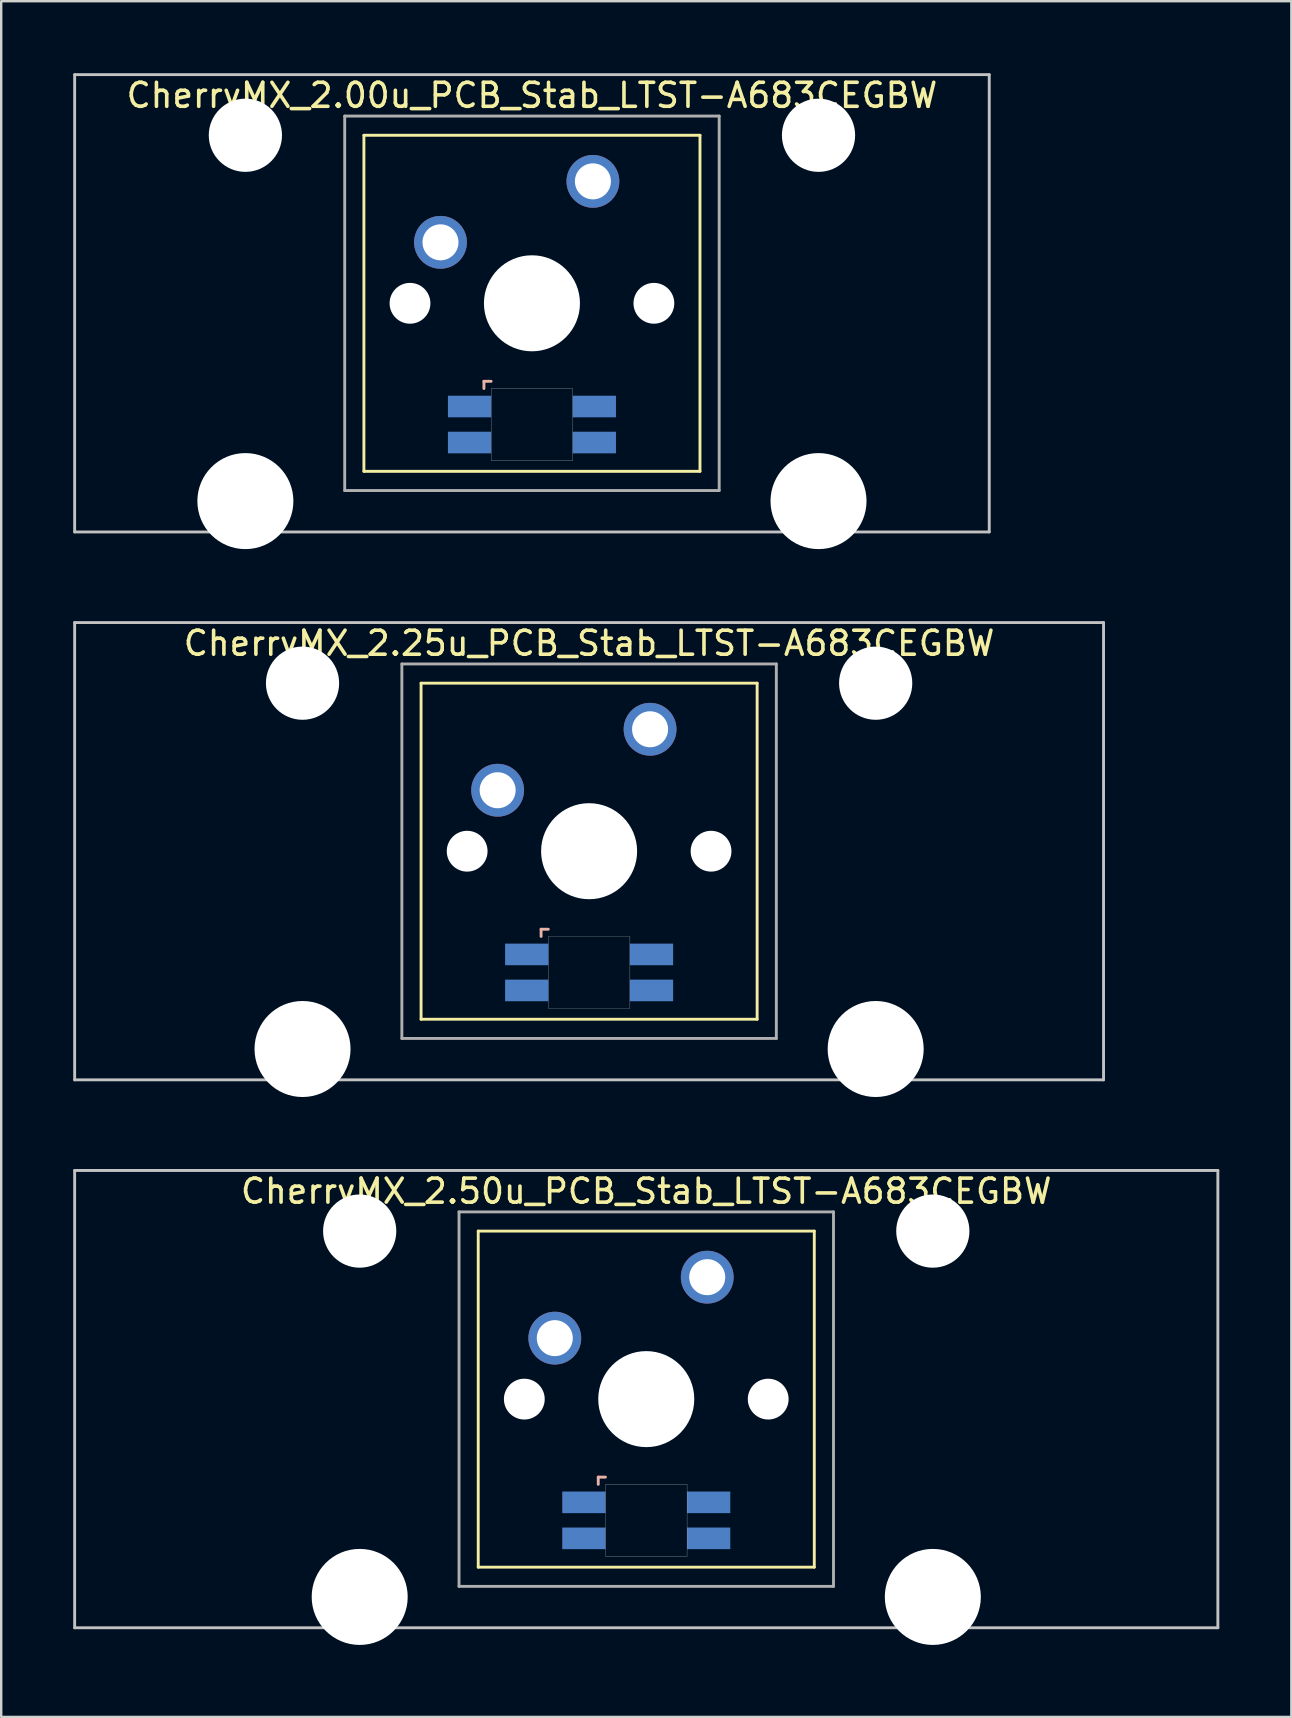
<source format=kicad_pcb>
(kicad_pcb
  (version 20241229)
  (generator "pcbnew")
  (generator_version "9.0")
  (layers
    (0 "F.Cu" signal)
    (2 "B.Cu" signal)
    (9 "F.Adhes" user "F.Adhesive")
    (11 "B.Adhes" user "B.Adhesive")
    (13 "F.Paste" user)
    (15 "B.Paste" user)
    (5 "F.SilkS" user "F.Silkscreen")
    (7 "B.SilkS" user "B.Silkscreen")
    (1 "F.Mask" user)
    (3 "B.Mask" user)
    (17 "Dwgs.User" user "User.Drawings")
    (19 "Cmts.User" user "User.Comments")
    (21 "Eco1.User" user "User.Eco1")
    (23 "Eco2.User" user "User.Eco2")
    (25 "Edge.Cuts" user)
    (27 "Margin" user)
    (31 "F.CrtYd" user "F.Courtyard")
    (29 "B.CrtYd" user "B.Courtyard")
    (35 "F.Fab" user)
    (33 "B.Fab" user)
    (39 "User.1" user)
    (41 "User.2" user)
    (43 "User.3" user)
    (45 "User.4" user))
  (footprint "CherryMX_2.25u_PCB_Stab_LTST-A683CEGBW"
    (layer "F.Cu")
    (at 21.491 32.41)
    (property "Reference" "CherryMX_2.25u_PCB_Stab_LTST-A683CEGBW" (at 0 -8.662 0) (layer "F.SilkS") (effects (font (size 1 1) (thickness 0.15))))
    (attr through_hole)
    (fp_line (start -7 -7) (end -7 7) (stroke (width 0.12) (type solid)) (layer "F.SilkS"))
    (fp_line (start -7 -7) (end 7 -7) (stroke (width 0.12) (type solid)) (layer "F.SilkS"))
    (fp_line (start 7 -7) (end 7 7) (stroke (width 0.12) (type solid)) (layer "F.SilkS"))
    (fp_line (start 7 7) (end -7 7) (stroke (width 0.12) (type solid)) (layer "F.SilkS"))
    (fp_line (start -2 3.25) (end -2 3.55) (stroke (width 0.12) (type solid)) (layer "B.SilkS"))
    (fp_line (start -1.7 3.25) (end -2 3.25) (stroke (width 0.12) (type solid)) (layer "B.SilkS"))
    (fp_line (start -21.431 -9.525) (end 21.431 -9.525) (stroke (width 0.12) (type solid)) (layer "Dwgs.User"))
    (fp_line (start -21.431 9.525) (end -21.431 -9.525) (stroke (width 0.12) (type solid)) (layer "Dwgs.User"))
    (fp_line (start 21.431 -9.525) (end 21.431 9.525) (stroke (width 0.12) (type solid)) (layer "Dwgs.User"))
    (fp_line (start 21.431 9.525) (end -21.431 9.525) (stroke (width 0.12) (type solid)) (layer "Dwgs.User"))
    (fp_poly (pts (xy 1.7 6.55) (xy -1.7 6.55) (xy -1.7 3.55) (xy 1.7 3.55)) (stroke (width 0.01) (type solid)) (fill no) (layer "Edge.Cuts"))
    (fp_line (start -7.8 -7.8) (end -7.8 7.8) (stroke (width 0.12) (type solid)) (layer "F.Fab"))
    (fp_line (start -7.8 -7.8) (end 7.8 -7.8) (stroke (width 0.12) (type solid)) (layer "F.Fab"))
    (fp_line (start -7.8 7.8) (end 7.8 7.8) (stroke (width 0.12) (type solid)) (layer "F.Fab"))
    (fp_line (start 7.8 -7.8) (end 7.8 7.8) (stroke (width 0.12) (type solid)) (layer "F.Fab"))
    (pad "" np_thru_hole circle (at -11.938 -7) (size 3.05 3.05) (drill 3.05) (layers "*.Cu" "*.Mask"))
    (pad "" np_thru_hole circle (at -11.938 8.24) (size 4 4) (drill 4) (layers "*.Cu" "*.Mask"))
    (pad "" np_thru_hole circle (at -5.08 0) (size 1.7 1.7) (drill 1.7) (layers "*.Cu" "*.Mask"))
    (pad "" np_thru_hole circle (at 0 0) (size 4 4) (drill 4) (layers "*.Cu" "*.Mask"))
    (pad "" np_thru_hole circle (at 5.08 0) (size 1.7 1.7) (drill 1.7) (layers "*.Cu" "*.Mask"))
    (pad "" np_thru_hole circle (at 11.938 -7) (size 3.05 3.05) (drill 3.05) (layers "*.Cu" "*.Mask"))
    (pad "" np_thru_hole circle (at 11.938 8.24) (size 4 4) (drill 4) (layers "*.Cu" "*.Mask"))
    (pad "1" thru_hole circle (at -3.81 -2.54) (size 2.2 2.2) (drill 1.5) (layers "*.Cu" "*.Mask"))
    (pad "2" thru_hole circle (at 2.54 -5.08) (size 2.2 2.2) (drill 1.5) (layers "*.Cu" "*.Mask"))
    (pad "3" smd rect (at -2.6 4.3) (size 1.8 0.9) (layers "B.Cu" "B.Mask" "B.Paste"))
    (pad "4" smd rect (at -2.6 5.8) (size 1.8 0.9) (layers "B.Cu" "B.Mask" "B.Paste"))
    (pad "5" smd rect (at 2.6 4.3) (size 1.8 0.9) (layers "B.Cu" "B.Mask" "B.Paste"))
    (pad "6" smd rect (at 2.6 5.8) (size 1.8 0.9) (layers "B.Cu" "B.Mask" "B.Paste")))
  (footprint "CherryMX_2.00u_PCB_Stab_LTST-A683CEGBW"
    (layer "F.Cu")
    (at 19.11 9.585)
    (property "Reference" "CherryMX_2.00u_PCB_Stab_LTST-A683CEGBW" (at 0 -8.662 0) (layer "F.SilkS") (effects (font (size 1 1) (thickness 0.15))))
    (attr through_hole)
    (fp_line (start -7 -7) (end -7 7) (stroke (width 0.12) (type solid)) (layer "F.SilkS"))
    (fp_line (start -7 -7) (end 7 -7) (stroke (width 0.12) (type solid)) (layer "F.SilkS"))
    (fp_line (start 7 -7) (end 7 7) (stroke (width 0.12) (type solid)) (layer "F.SilkS"))
    (fp_line (start 7 7) (end -7 7) (stroke (width 0.12) (type solid)) (layer "F.SilkS"))
    (fp_line (start -2 3.25) (end -2 3.55) (stroke (width 0.12) (type solid)) (layer "B.SilkS"))
    (fp_line (start -1.7 3.25) (end -2 3.25) (stroke (width 0.12) (type solid)) (layer "B.SilkS"))
    (fp_line (start -19.05 -9.525) (end 19.05 -9.525) (stroke (width 0.12) (type solid)) (layer "Dwgs.User"))
    (fp_line (start -19.05 9.525) (end -19.05 -9.525) (stroke (width 0.12) (type solid)) (layer "Dwgs.User"))
    (fp_line (start 19.05 -9.525) (end 19.05 9.525) (stroke (width 0.12) (type solid)) (layer "Dwgs.User"))
    (fp_line (start 19.05 9.525) (end -19.05 9.525) (stroke (width 0.12) (type solid)) (layer "Dwgs.User"))
    (fp_poly (pts (xy 1.7 6.55) (xy -1.7 6.55) (xy -1.7 3.55) (xy 1.7 3.55)) (stroke (width 0.01) (type solid)) (fill no) (layer "Edge.Cuts"))
    (fp_line (start -7.8 -7.8) (end -7.8 7.8) (stroke (width 0.12) (type solid)) (layer "F.Fab"))
    (fp_line (start -7.8 -7.8) (end 7.8 -7.8) (stroke (width 0.12) (type solid)) (layer "F.Fab"))
    (fp_line (start -7.8 7.8) (end 7.8 7.8) (stroke (width 0.12) (type solid)) (layer "F.Fab"))
    (fp_line (start 7.8 -7.8) (end 7.8 7.8) (stroke (width 0.12) (type solid)) (layer "F.Fab"))
    (pad "" np_thru_hole circle (at -11.938 -7) (size 3.05 3.05) (drill 3.05) (layers "*.Cu" "*.Mask"))
    (pad "" np_thru_hole circle (at -11.938 8.24) (size 4 4) (drill 4) (layers "*.Cu" "*.Mask"))
    (pad "" np_thru_hole circle (at -5.08 0) (size 1.7 1.7) (drill 1.7) (layers "*.Cu" "*.Mask"))
    (pad "" np_thru_hole circle (at 0 0) (size 4 4) (drill 4) (layers "*.Cu" "*.Mask"))
    (pad "" np_thru_hole circle (at 5.08 0) (size 1.7 1.7) (drill 1.7) (layers "*.Cu" "*.Mask"))
    (pad "" np_thru_hole circle (at 11.938 -7) (size 3.05 3.05) (drill 3.05) (layers "*.Cu" "*.Mask"))
    (pad "" np_thru_hole circle (at 11.938 8.24) (size 4 4) (drill 4) (layers "*.Cu" "*.Mask"))
    (pad "1" thru_hole circle (at -3.81 -2.54) (size 2.2 2.2) (drill 1.5) (layers "*.Cu" "*.Mask"))
    (pad "2" thru_hole circle (at 2.54 -5.08) (size 2.2 2.2) (drill 1.5) (layers "*.Cu" "*.Mask"))
    (pad "3" smd rect (at -2.6 4.3) (size 1.8 0.9) (layers "B.Cu" "B.Mask" "B.Paste"))
    (pad "4" smd rect (at -2.6 5.8) (size 1.8 0.9) (layers "B.Cu" "B.Mask" "B.Paste"))
    (pad "5" smd rect (at 2.6 4.3) (size 1.8 0.9) (layers "B.Cu" "B.Mask" "B.Paste"))
    (pad "6" smd rect (at 2.6 5.8) (size 1.8 0.9) (layers "B.Cu" "B.Mask" "B.Paste")))
  (footprint "CherryMX_2.50u_PCB_Stab_LTST-A683CEGBW"
    (layer "F.Cu")
    (at 23.872 55.235)
    (property "Reference" "CherryMX_2.50u_PCB_Stab_LTST-A683CEGBW" (at 0 -8.662 0) (layer "F.SilkS") (effects (font (size 1 1) (thickness 0.15))))
    (attr through_hole)
    (fp_line (start -7 -7) (end -7 7) (stroke (width 0.12) (type solid)) (layer "F.SilkS"))
    (fp_line (start -7 -7) (end 7 -7) (stroke (width 0.12) (type solid)) (layer "F.SilkS"))
    (fp_line (start 7 -7) (end 7 7) (stroke (width 0.12) (type solid)) (layer "F.SilkS"))
    (fp_line (start 7 7) (end -7 7) (stroke (width 0.12) (type solid)) (layer "F.SilkS"))
    (fp_line (start -2 3.25) (end -2 3.55) (stroke (width 0.12) (type solid)) (layer "B.SilkS"))
    (fp_line (start -1.7 3.25) (end -2 3.25) (stroke (width 0.12) (type solid)) (layer "B.SilkS"))
    (fp_line (start -23.812 -9.525) (end 23.812 -9.525) (stroke (width 0.12) (type solid)) (layer "Dwgs.User"))
    (fp_line (start -23.812 9.525) (end -23.812 -9.525) (stroke (width 0.12) (type solid)) (layer "Dwgs.User"))
    (fp_line (start 23.812 -9.525) (end 23.812 9.525) (stroke (width 0.12) (type solid)) (layer "Dwgs.User"))
    (fp_line (start 23.812 9.525) (end -23.812 9.525) (stroke (width 0.12) (type solid)) (layer "Dwgs.User"))
    (fp_poly (pts (xy 1.7 6.55) (xy -1.7 6.55) (xy -1.7 3.55) (xy 1.7 3.55)) (stroke (width 0.01) (type solid)) (fill no) (layer "Edge.Cuts"))
    (fp_line (start -7.8 -7.8) (end -7.8 7.8) (stroke (width 0.12) (type solid)) (layer "F.Fab"))
    (fp_line (start -7.8 -7.8) (end 7.8 -7.8) (stroke (width 0.12) (type solid)) (layer "F.Fab"))
    (fp_line (start -7.8 7.8) (end 7.8 7.8) (stroke (width 0.12) (type solid)) (layer "F.Fab"))
    (fp_line (start 7.8 -7.8) (end 7.8 7.8) (stroke (width 0.12) (type solid)) (layer "F.Fab"))
    (pad "" np_thru_hole circle (at -11.938 -7) (size 3.05 3.05) (drill 3.05) (layers "*.Cu" "*.Mask"))
    (pad "" np_thru_hole circle (at -11.938 8.24) (size 4 4) (drill 4) (layers "*.Cu" "*.Mask"))
    (pad "" np_thru_hole circle (at -5.08 0) (size 1.7 1.7) (drill 1.7) (layers "*.Cu" "*.Mask"))
    (pad "" np_thru_hole circle (at 0 0) (size 4 4) (drill 4) (layers "*.Cu" "*.Mask"))
    (pad "" np_thru_hole circle (at 5.08 0) (size 1.7 1.7) (drill 1.7) (layers "*.Cu" "*.Mask"))
    (pad "" np_thru_hole circle (at 11.938 -7) (size 3.05 3.05) (drill 3.05) (layers "*.Cu" "*.Mask"))
    (pad "" np_thru_hole circle (at 11.938 8.24) (size 4 4) (drill 4) (layers "*.Cu" "*.Mask"))
    (pad "1" thru_hole circle (at -3.81 -2.54) (size 2.2 2.2) (drill 1.5) (layers "*.Cu" "*.Mask"))
    (pad "2" thru_hole circle (at 2.54 -5.08) (size 2.2 2.2) (drill 1.5) (layers "*.Cu" "*.Mask"))
    (pad "3" smd rect (at -2.6 4.3) (size 1.8 0.9) (layers "B.Cu" "B.Mask" "B.Paste"))
    (pad "4" smd rect (at -2.6 5.8) (size 1.8 0.9) (layers "B.Cu" "B.Mask" "B.Paste"))
    (pad "5" smd rect (at 2.6 4.3) (size 1.8 0.9) (layers "B.Cu" "B.Mask" "B.Paste"))
    (pad "6" smd rect (at 2.6 5.8) (size 1.8 0.9) (layers "B.Cu" "B.Mask" "B.Paste")))
  (gr_rect
    (start -3 -3)
    (end 50.745 68.475)
    (stroke (width 0.1) (type default))
    (fill no)
    (layer "Edge.Cuts")))
</source>
